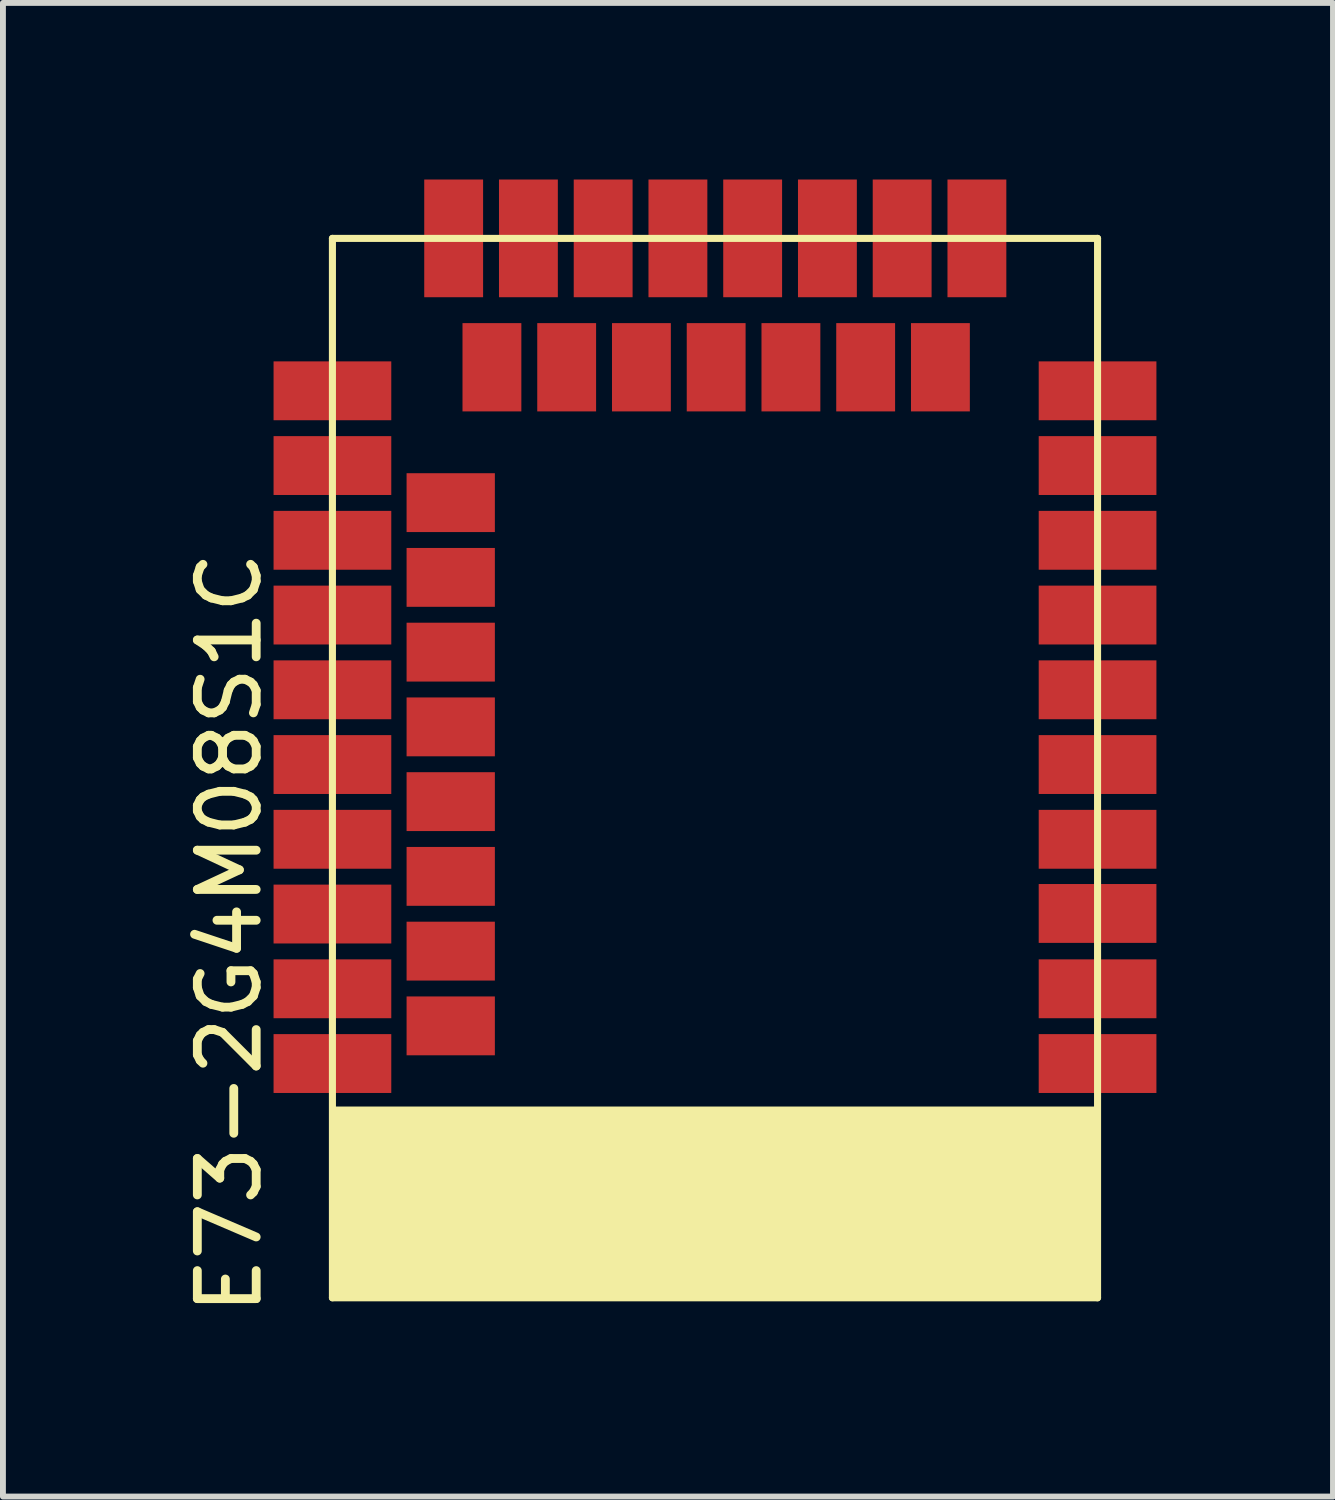
<source format=kicad_pcb>
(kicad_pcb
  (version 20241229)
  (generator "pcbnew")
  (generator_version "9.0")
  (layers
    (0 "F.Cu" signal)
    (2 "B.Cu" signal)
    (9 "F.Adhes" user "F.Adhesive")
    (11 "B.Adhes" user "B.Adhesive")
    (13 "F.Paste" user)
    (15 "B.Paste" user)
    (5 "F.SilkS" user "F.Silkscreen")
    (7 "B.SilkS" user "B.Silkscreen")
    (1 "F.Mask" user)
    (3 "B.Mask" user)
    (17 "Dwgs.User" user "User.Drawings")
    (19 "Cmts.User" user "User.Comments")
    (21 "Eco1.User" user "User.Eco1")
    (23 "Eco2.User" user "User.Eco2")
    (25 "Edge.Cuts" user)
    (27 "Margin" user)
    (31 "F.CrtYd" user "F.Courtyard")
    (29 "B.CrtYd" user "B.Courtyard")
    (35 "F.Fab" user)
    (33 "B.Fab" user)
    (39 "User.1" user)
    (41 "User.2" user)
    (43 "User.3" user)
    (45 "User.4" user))
  (footprint "E73-2G4M08S1C"
    (layer "F.Cu")
    (at 9.598 11)
    (property "Reference" "E73-2G4M08S1C" (at -8.75 1.8 90) (layer "F.SilkS") (effects (font (size 1 1) (thickness 0.15))))
    (attr through_hole)
    (fp_line (start -7 -10) (end -7 8) (stroke (width 0.12) (type solid)) (layer "F.SilkS"))
    (fp_line (start -7 -10) (end 6 -10) (stroke (width 0.12) (type solid)) (layer "F.SilkS"))
    (fp_line (start -7 8) (end 6 8) (stroke (width 0.12) (type solid)) (layer "F.SilkS"))
    (fp_line (start 6 -10) (end 6 8) (stroke (width 0.12) (type solid)) (layer "F.SilkS"))
    (fp_poly (pts (xy 6 8) (xy -7 8) (xy -7 4.8) (xy 6 4.8)) (stroke (width 0.1) (type solid)) (fill yes) (layer "F.SilkS"))
    (pad "1" smd rect (at 6 4.02) (size 2 1) (layers "F.Cu" "F.Mask" "F.Paste"))
    (pad "2" smd rect (at 6 2.75) (size 2 1) (layers "F.Cu" "F.Mask" "F.Paste"))
    (pad "3" smd rect (at 6 1.47) (size 2 1) (layers "F.Cu" "F.Mask" "F.Paste"))
    (pad "4" smd rect (at 6 0.21) (size 2 1) (layers "F.Cu" "F.Mask" "F.Paste"))
    (pad "5" smd rect (at 6 -1.06) (size 2 1) (layers "F.Cu" "F.Mask" "F.Paste"))
    (pad "6" smd rect (at 6 -2.33) (size 2 1) (layers "F.Cu" "F.Mask" "F.Paste"))
    (pad "7" smd rect (at 6 -3.6) (size 2 1) (layers "F.Cu" "F.Mask" "F.Paste"))
    (pad "8" smd rect (at 6 -4.87) (size 2 1) (layers "F.Cu" "F.Mask" "F.Paste"))
    (pad "9" smd rect (at 6 -6.14) (size 2 1) (layers "F.Cu" "F.Mask" "F.Paste"))
    (pad "10" smd rect (at 6 -7.41) (size 2 1) (layers "F.Cu" "F.Mask" "F.Paste"))
    (pad "11" smd rect (at 3.95 -10) (size 1 2) (layers "F.Cu" "F.Mask" "F.Paste"))
    (pad "12" smd rect (at 3.33 -7.81) (size 1 1.5) (layers "F.Cu" "F.Mask" "F.Paste"))
    (pad "13" smd rect (at 2.68 -10) (size 1 2) (layers "F.Cu" "F.Mask" "F.Paste"))
    (pad "14" smd rect (at 2.06 -7.81) (size 1 1.5) (layers "F.Cu" "F.Mask" "F.Paste"))
    (pad "15" smd rect (at 1.41 -10) (size 1 2) (layers "F.Cu" "F.Mask" "F.Paste"))
    (pad "16" smd rect (at 0.79 -7.81) (size 1 1.5) (layers "F.Cu" "F.Mask" "F.Paste"))
    (pad "17" smd rect (at 0.14 -10) (size 1 2) (layers "F.Cu" "F.Mask" "F.Paste"))
    (pad "18" smd rect (at -0.48 -7.81) (size 1 1.5) (layers "F.Cu" "F.Mask" "F.Paste"))
    (pad "19" smd rect (at -1.13 -10) (size 1 2) (layers "F.Cu" "F.Mask" "F.Paste"))
    (pad "20" smd rect (at -1.75 -7.81) (size 1 1.5) (layers "F.Cu" "F.Mask" "F.Paste"))
    (pad "21" smd rect (at -2.4 -10) (size 1 2) (layers "F.Cu" "F.Mask" "F.Paste"))
    (pad "22" smd rect (at -3.02 -7.81) (size 1 1.5) (layers "F.Cu" "F.Mask" "F.Paste"))
    (pad "23" smd rect (at -3.67 -10) (size 1 2) (layers "F.Cu" "F.Mask" "F.Paste"))
    (pad "24" smd rect (at -4.29 -7.81) (size 1 1.5) (layers "F.Cu" "F.Mask" "F.Paste"))
    (pad "25" smd rect (at -4.94 -10) (size 1 2) (layers "F.Cu" "F.Mask" "F.Paste"))
    (pad "26" smd rect (at -7 -7.41) (size 2 1) (layers "F.Cu" "F.Mask" "F.Paste"))
    (pad "27" smd rect (at -7 -6.14) (size 2 1) (layers "F.Cu" "F.Mask" "F.Paste"))
    (pad "28" smd rect (at -4.99 -5.51) (size 1.5 1) (layers "F.Cu" "F.Mask" "F.Paste"))
    (pad "29" smd rect (at -7 -4.87) (size 2 1) (layers "F.Cu" "F.Mask" "F.Paste"))
    (pad "30" smd rect (at -4.99 -4.24) (size 1.5 1) (layers "F.Cu" "F.Mask" "F.Paste"))
    (pad "31" smd rect (at -7 -3.6) (size 2 1) (layers "F.Cu" "F.Mask" "F.Paste"))
    (pad "32" smd rect (at -4.99 -2.97) (size 1.5 1) (layers "F.Cu" "F.Mask" "F.Paste"))
    (pad "33" smd rect (at -7 -2.33) (size 2 1) (layers "F.Cu" "F.Mask" "F.Paste"))
    (pad "34" smd rect (at -4.99 -1.7) (size 1.5 1) (layers "F.Cu" "F.Mask" "F.Paste"))
    (pad "35" smd rect (at -7 -1.06) (size 2 1) (layers "F.Cu" "F.Mask" "F.Paste"))
    (pad "36" smd rect (at -4.99 -0.43) (size 1.5 1) (layers "F.Cu" "F.Mask" "F.Paste"))
    (pad "37" smd rect (at -7 0.21) (size 2 1) (layers "F.Cu" "F.Mask" "F.Paste"))
    (pad "38" smd rect (at -4.99 0.84) (size 1.5 1) (layers "F.Cu" "F.Mask" "F.Paste"))
    (pad "39" smd rect (at -7 1.48) (size 2 1) (layers "F.Cu" "F.Mask" "F.Paste"))
    (pad "40" smd rect (at -4.99 2.11) (size 1.5 1) (layers "F.Cu" "F.Mask" "F.Paste"))
    (pad "41" smd rect (at -7 2.75) (size 2 1) (layers "F.Cu" "F.Mask" "F.Paste"))
    (pad "42" smd rect (at -4.99 3.38) (size 1.5 1) (layers "F.Cu" "F.Mask" "F.Paste"))
    (pad "43" smd rect (at -7 4.02) (size 2 1) (layers "F.Cu" "F.Mask" "F.Paste")))
  (gr_rect
    (start -3 -3)
    (end 19.598 22.377)
    (stroke (width 0.1) (type default))
    (fill no)
    (layer "Edge.Cuts")))
</source>
